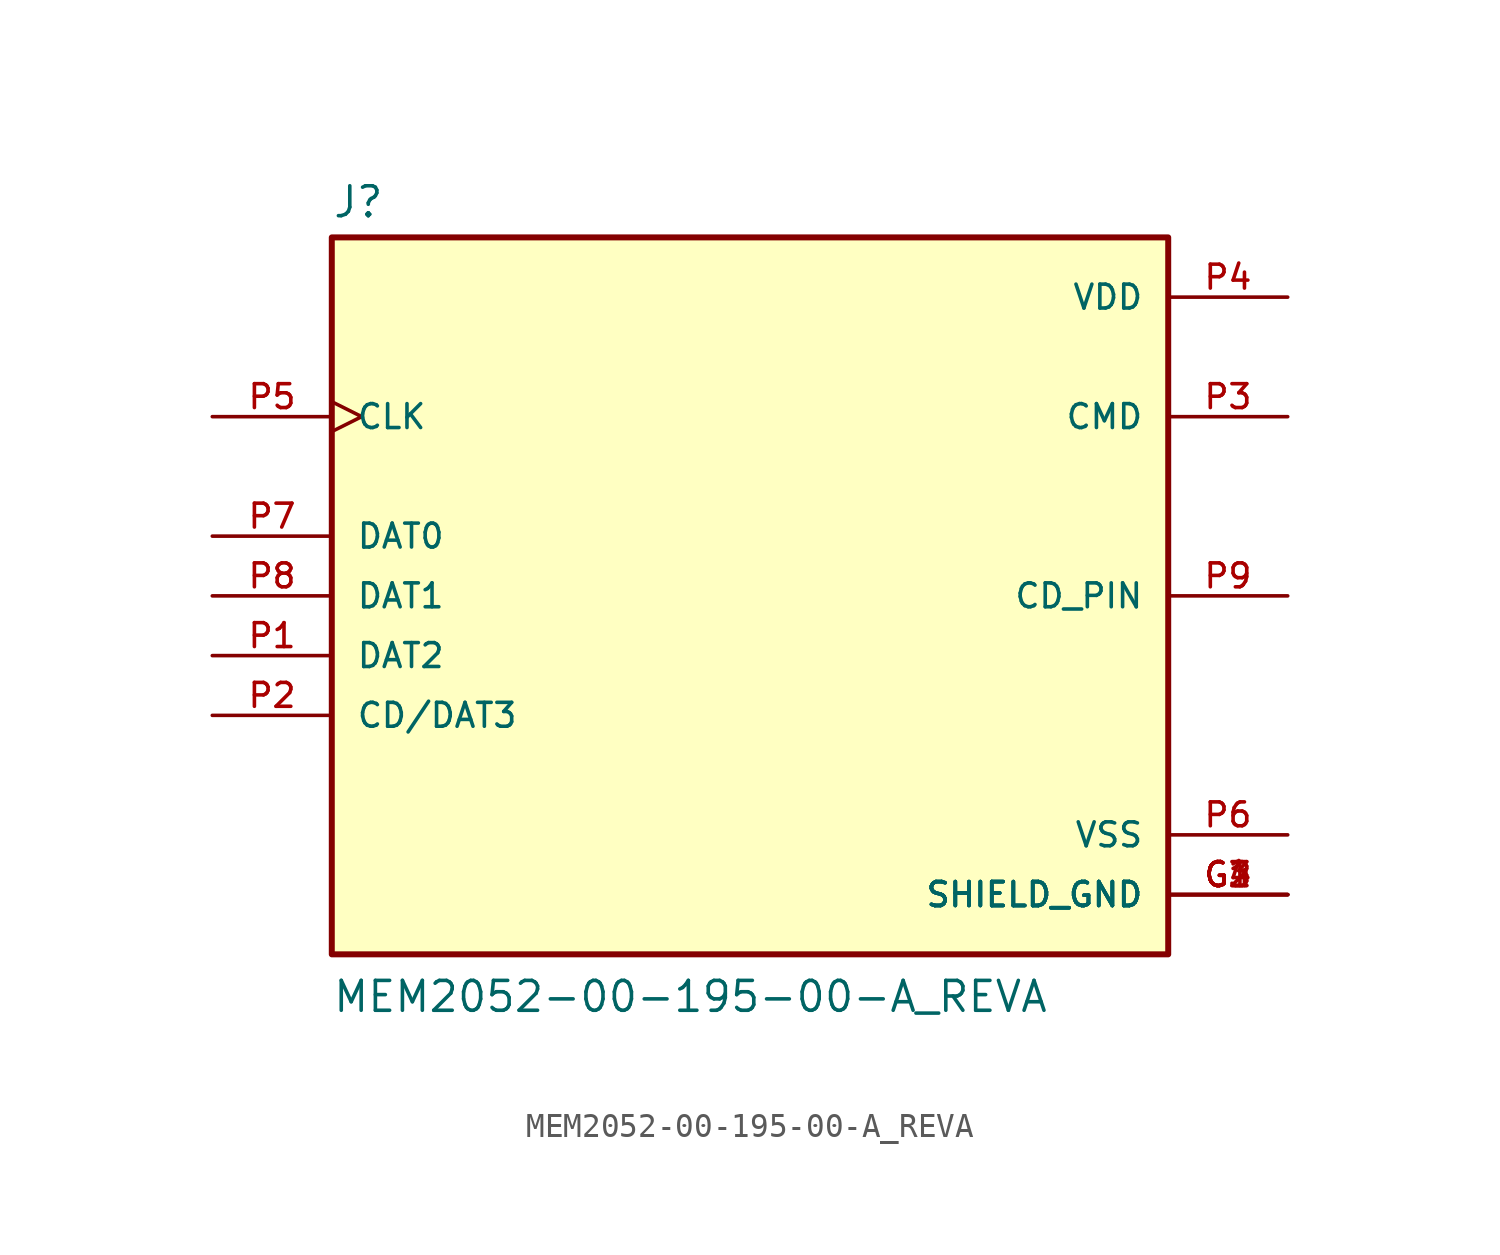
<source format=kicad_sym>
(kicad_symbol_lib
  (version 20211014)
  (generator kicad_symbol_editor)
  (symbol "MEM2052-00-195-00-A_REVA"
    (pin_names
      (offset 1.016))
    (property "Reference" "J"
      (at -17.78 16.002 0)
      (effects (font (size 1.27 1.27)) (justify bottom left)))
    (property "Value" "MEM2052-00-195-00-A_REVA"
      (at -17.78 -17.78 0)
      (effects (font (size 1.27 1.27)) (justify bottom left)))
    (symbol "MEM2052-00-195-00-A_REVA_0_0"
      (rectangle (start -17.78 -15.24) (end 17.78 15.24) (stroke (width 0.254)) (fill (type background)))
      (pin bidirectional line (at -22.86 -2.54 0) (length 5.08) (name "DAT2" (effects (font (size 1.016 1.016)))) (number "P1" (effects (font (size 1.016 1.016)))))
      (pin bidirectional line (at -22.86 -5.08 0) (length 5.08) (name "CD/DAT3" (effects (font (size 1.016 1.016)))) (number "P2" (effects (font (size 1.016 1.016)))))
      (pin power_in line (at 22.86 12.7 180.0) (length 5.08) (name "VDD" (effects (font (size 1.016 1.016)))) (number "P4" (effects (font (size 1.016 1.016)))))
      (pin bidirectional line (at 22.86 7.62 180.0) (length 5.08) (name "CMD" (effects (font (size 1.016 1.016)))) (number "P3" (effects (font (size 1.016 1.016)))))
      (pin input clock (at -22.86 7.62 0) (length 5.08) (name "CLK" (effects (font (size 1.016 1.016)))) (number "P5" (effects (font (size 1.016 1.016)))))
      (pin power_in line (at 22.86 -10.16 180.0) (length 5.08) (name "VSS" (effects (font (size 1.016 1.016)))) (number "P6" (effects (font (size 1.016 1.016)))))
      (pin bidirectional line (at -22.86 0.0 0) (length 5.08) (name "DAT1" (effects (font (size 1.016 1.016)))) (number "P8" (effects (font (size 1.016 1.016)))))
      (pin bidirectional line (at -22.86 2.54 0) (length 5.08) (name "DAT0" (effects (font (size 1.016 1.016)))) (number "P7" (effects (font (size 1.016 1.016)))))
      (pin power_in line (at 22.86 -12.7 180.0) (length 5.08) (name "SHIELD_GND" (effects (font (size 1.016 1.016)))) (number "G1" (effects (font (size 1.016 1.016)))))
      (pin power_in line (at 22.86 -12.7 180.0) (length 5.08) (name "SHIELD_GND" (effects (font (size 1.016 1.016)))) (number "G2" (effects (font (size 1.016 1.016)))))
      (pin power_in line (at 22.86 -12.7 180.0) (length 5.08) (name "SHIELD_GND" (effects (font (size 1.016 1.016)))) (number "G3" (effects (font (size 1.016 1.016)))))
      (pin power_in line (at 22.86 -12.7 180.0) (length 5.08) (name "SHIELD_GND" (effects (font (size 1.016 1.016)))) (number "G4" (effects (font (size 1.016 1.016)))))
      (pin passive line (at 22.86 0.0 180.0) (length 5.08) (name "CD_PIN" (effects (font (size 1.016 1.016)))) (number "P9" (effects (font (size 1.016 1.016))))))))
</source>
